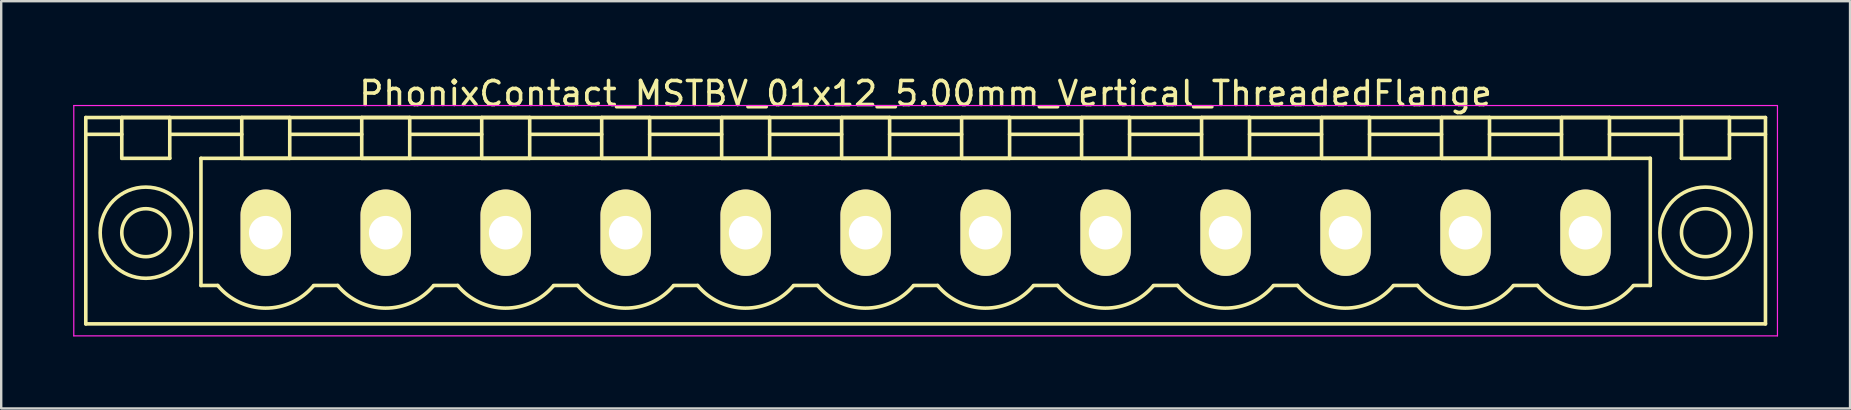
<source format=kicad_pcb>
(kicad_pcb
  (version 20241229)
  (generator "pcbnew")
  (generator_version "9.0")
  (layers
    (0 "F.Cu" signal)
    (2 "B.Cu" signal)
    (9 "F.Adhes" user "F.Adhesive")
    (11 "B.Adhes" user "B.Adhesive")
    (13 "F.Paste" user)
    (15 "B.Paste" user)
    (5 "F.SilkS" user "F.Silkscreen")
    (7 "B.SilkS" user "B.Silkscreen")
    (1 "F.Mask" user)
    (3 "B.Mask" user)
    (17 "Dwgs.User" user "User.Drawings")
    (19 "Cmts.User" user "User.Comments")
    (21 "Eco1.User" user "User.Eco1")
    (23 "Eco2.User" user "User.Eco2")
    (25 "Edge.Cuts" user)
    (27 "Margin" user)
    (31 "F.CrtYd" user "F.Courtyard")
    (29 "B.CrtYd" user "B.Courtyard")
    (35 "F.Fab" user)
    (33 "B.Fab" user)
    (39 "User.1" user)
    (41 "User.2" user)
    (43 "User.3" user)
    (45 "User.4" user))
  (footprint "PhonixContact_MSTBV_01x12_5.00mm_Vertical_ThreadedFlange"
    (layer "F.Cu")
    (at 8.025 6.648)
    (property "Reference" "PhonixContact_MSTBV_01x12_5.00mm_Vertical_ThreadedFlange" (at 27.5 -5.8 0) (layer "F.SilkS") (effects (font (size 1 1) (thickness 0.15))))
    (attr through_hole)
    (fp_line (start -7.5 -4.8) (end -7.5 3.8) (stroke (width 0.15) (type solid)) (layer "F.SilkS"))
    (fp_line (start -7.5 -4.1) (end -6 -4.1) (stroke (width 0.15) (type solid)) (layer "F.SilkS"))
    (fp_line (start -7.5 3.8) (end 62.5 3.8) (stroke (width 0.15) (type solid)) (layer "F.SilkS"))
    (fp_line (start -6 -4.8) (end -4 -4.8) (stroke (width 0.15) (type solid)) (layer "F.SilkS"))
    (fp_line (start -6 -3.1) (end -6 -4.8) (stroke (width 0.15) (type solid)) (layer "F.SilkS"))
    (fp_line (start -4 -4.8) (end -4 -3.1) (stroke (width 0.15) (type solid)) (layer "F.SilkS"))
    (fp_line (start -4 -4.1) (end -1 -4.1) (stroke (width 0.15) (type solid)) (layer "F.SilkS"))
    (fp_line (start -4 -3.1) (end -6 -3.1) (stroke (width 0.15) (type solid)) (layer "F.SilkS"))
    (fp_line (start -2.7 -3.1) (end 57.7 -3.1) (stroke (width 0.15) (type solid)) (layer "F.SilkS"))
    (fp_line (start -2.7 2.2) (end -2.7 -3.1) (stroke (width 0.15) (type solid)) (layer "F.SilkS"))
    (fp_line (start -2 2.2) (end -2.7 2.2) (stroke (width 0.15) (type solid)) (layer "F.SilkS"))
    (fp_line (start -1 -4.8) (end 1 -4.8) (stroke (width 0.15) (type solid)) (layer "F.SilkS"))
    (fp_line (start -1 -3.1) (end -1 -4.8) (stroke (width 0.15) (type solid)) (layer "F.SilkS"))
    (fp_line (start 1 -4.8) (end 1 -3.1) (stroke (width 0.15) (type solid)) (layer "F.SilkS"))
    (fp_line (start 1 -4.1) (end 4 -4.1) (stroke (width 0.15) (type solid)) (layer "F.SilkS"))
    (fp_line (start 1 -3.1) (end -1 -3.1) (stroke (width 0.15) (type solid)) (layer "F.SilkS"))
    (fp_line (start 2 2.2) (end 3 2.2) (stroke (width 0.15) (type solid)) (layer "F.SilkS"))
    (fp_line (start 4 -4.8) (end 6 -4.8) (stroke (width 0.15) (type solid)) (layer "F.SilkS"))
    (fp_line (start 4 -3.1) (end 4 -4.8) (stroke (width 0.15) (type solid)) (layer "F.SilkS"))
    (fp_line (start 6 -4.8) (end 6 -3.1) (stroke (width 0.15) (type solid)) (layer "F.SilkS"))
    (fp_line (start 6 -4.1) (end 9 -4.1) (stroke (width 0.15) (type solid)) (layer "F.SilkS"))
    (fp_line (start 6 -3.1) (end 4 -3.1) (stroke (width 0.15) (type solid)) (layer "F.SilkS"))
    (fp_line (start 7 2.2) (end 8 2.2) (stroke (width 0.15) (type solid)) (layer "F.SilkS"))
    (fp_line (start 9 -4.8) (end 11 -4.8) (stroke (width 0.15) (type solid)) (layer "F.SilkS"))
    (fp_line (start 9 -3.1) (end 9 -4.8) (stroke (width 0.15) (type solid)) (layer "F.SilkS"))
    (fp_line (start 11 -4.8) (end 11 -3.1) (stroke (width 0.15) (type solid)) (layer "F.SilkS"))
    (fp_line (start 11 -4.1) (end 14 -4.1) (stroke (width 0.15) (type solid)) (layer "F.SilkS"))
    (fp_line (start 11 -3.1) (end 9 -3.1) (stroke (width 0.15) (type solid)) (layer "F.SilkS"))
    (fp_line (start 12 2.2) (end 13 2.2) (stroke (width 0.15) (type solid)) (layer "F.SilkS"))
    (fp_line (start 14 -4.8) (end 16 -4.8) (stroke (width 0.15) (type solid)) (layer "F.SilkS"))
    (fp_line (start 14 -3.1) (end 14 -4.8) (stroke (width 0.15) (type solid)) (layer "F.SilkS"))
    (fp_line (start 16 -4.8) (end 16 -3.1) (stroke (width 0.15) (type solid)) (layer "F.SilkS"))
    (fp_line (start 16 -4.1) (end 19 -4.1) (stroke (width 0.15) (type solid)) (layer "F.SilkS"))
    (fp_line (start 16 -3.1) (end 14 -3.1) (stroke (width 0.15) (type solid)) (layer "F.SilkS"))
    (fp_line (start 17 2.2) (end 18 2.2) (stroke (width 0.15) (type solid)) (layer "F.SilkS"))
    (fp_line (start 19 -4.8) (end 21 -4.8) (stroke (width 0.15) (type solid)) (layer "F.SilkS"))
    (fp_line (start 19 -3.1) (end 19 -4.8) (stroke (width 0.15) (type solid)) (layer "F.SilkS"))
    (fp_line (start 21 -4.8) (end 21 -3.1) (stroke (width 0.15) (type solid)) (layer "F.SilkS"))
    (fp_line (start 21 -4.1) (end 24 -4.1) (stroke (width 0.15) (type solid)) (layer "F.SilkS"))
    (fp_line (start 21 -3.1) (end 19 -3.1) (stroke (width 0.15) (type solid)) (layer "F.SilkS"))
    (fp_line (start 22 2.2) (end 23 2.2) (stroke (width 0.15) (type solid)) (layer "F.SilkS"))
    (fp_line (start 24 -4.8) (end 26 -4.8) (stroke (width 0.15) (type solid)) (layer "F.SilkS"))
    (fp_line (start 24 -3.1) (end 24 -4.8) (stroke (width 0.15) (type solid)) (layer "F.SilkS"))
    (fp_line (start 26 -4.8) (end 26 -3.1) (stroke (width 0.15) (type solid)) (layer "F.SilkS"))
    (fp_line (start 26 -4.1) (end 29 -4.1) (stroke (width 0.15) (type solid)) (layer "F.SilkS"))
    (fp_line (start 26 -3.1) (end 24 -3.1) (stroke (width 0.15) (type solid)) (layer "F.SilkS"))
    (fp_line (start 27 2.2) (end 28 2.2) (stroke (width 0.15) (type solid)) (layer "F.SilkS"))
    (fp_line (start 29 -4.8) (end 31 -4.8) (stroke (width 0.15) (type solid)) (layer "F.SilkS"))
    (fp_line (start 29 -3.1) (end 29 -4.8) (stroke (width 0.15) (type solid)) (layer "F.SilkS"))
    (fp_line (start 31 -4.8) (end 31 -3.1) (stroke (width 0.15) (type solid)) (layer "F.SilkS"))
    (fp_line (start 31 -4.1) (end 34 -4.1) (stroke (width 0.15) (type solid)) (layer "F.SilkS"))
    (fp_line (start 31 -3.1) (end 29 -3.1) (stroke (width 0.15) (type solid)) (layer "F.SilkS"))
    (fp_line (start 32 2.2) (end 33 2.2) (stroke (width 0.15) (type solid)) (layer "F.SilkS"))
    (fp_line (start 34 -4.8) (end 36 -4.8) (stroke (width 0.15) (type solid)) (layer "F.SilkS"))
    (fp_line (start 34 -3.1) (end 34 -4.8) (stroke (width 0.15) (type solid)) (layer "F.SilkS"))
    (fp_line (start 36 -4.8) (end 36 -3.1) (stroke (width 0.15) (type solid)) (layer "F.SilkS"))
    (fp_line (start 36 -4.1) (end 39 -4.1) (stroke (width 0.15) (type solid)) (layer "F.SilkS"))
    (fp_line (start 36 -3.1) (end 34 -3.1) (stroke (width 0.15) (type solid)) (layer "F.SilkS"))
    (fp_line (start 37 2.2) (end 38 2.2) (stroke (width 0.15) (type solid)) (layer "F.SilkS"))
    (fp_line (start 39 -4.8) (end 41 -4.8) (stroke (width 0.15) (type solid)) (layer "F.SilkS"))
    (fp_line (start 39 -3.1) (end 39 -4.8) (stroke (width 0.15) (type solid)) (layer "F.SilkS"))
    (fp_line (start 41 -4.8) (end 41 -3.1) (stroke (width 0.15) (type solid)) (layer "F.SilkS"))
    (fp_line (start 41 -4.1) (end 44 -4.1) (stroke (width 0.15) (type solid)) (layer "F.SilkS"))
    (fp_line (start 41 -3.1) (end 39 -3.1) (stroke (width 0.15) (type solid)) (layer "F.SilkS"))
    (fp_line (start 42 2.2) (end 43 2.2) (stroke (width 0.15) (type solid)) (layer "F.SilkS"))
    (fp_line (start 44 -4.8) (end 46 -4.8) (stroke (width 0.15) (type solid)) (layer "F.SilkS"))
    (fp_line (start 44 -3.1) (end 44 -4.8) (stroke (width 0.15) (type solid)) (layer "F.SilkS"))
    (fp_line (start 46 -4.8) (end 46 -3.1) (stroke (width 0.15) (type solid)) (layer "F.SilkS"))
    (fp_line (start 46 -4.1) (end 49 -4.1) (stroke (width 0.15) (type solid)) (layer "F.SilkS"))
    (fp_line (start 46 -3.1) (end 44 -3.1) (stroke (width 0.15) (type solid)) (layer "F.SilkS"))
    (fp_line (start 47 2.2) (end 48 2.2) (stroke (width 0.15) (type solid)) (layer "F.SilkS"))
    (fp_line (start 49 -4.8) (end 51 -4.8) (stroke (width 0.15) (type solid)) (layer "F.SilkS"))
    (fp_line (start 49 -3.1) (end 49 -4.8) (stroke (width 0.15) (type solid)) (layer "F.SilkS"))
    (fp_line (start 51 -4.8) (end 51 -3.1) (stroke (width 0.15) (type solid)) (layer "F.SilkS"))
    (fp_line (start 51 -4.1) (end 54 -4.1) (stroke (width 0.15) (type solid)) (layer "F.SilkS"))
    (fp_line (start 51 -3.1) (end 49 -3.1) (stroke (width 0.15) (type solid)) (layer "F.SilkS"))
    (fp_line (start 52 2.2) (end 53 2.2) (stroke (width 0.15) (type solid)) (layer "F.SilkS"))
    (fp_line (start 54 -4.8) (end 56 -4.8) (stroke (width 0.15) (type solid)) (layer "F.SilkS"))
    (fp_line (start 54 -3.1) (end 54 -4.8) (stroke (width 0.15) (type solid)) (layer "F.SilkS"))
    (fp_line (start 56 -4.8) (end 56 -3.1) (stroke (width 0.15) (type solid)) (layer "F.SilkS"))
    (fp_line (start 56 -4.1) (end 59 -4.1) (stroke (width 0.15) (type solid)) (layer "F.SilkS"))
    (fp_line (start 56 -3.1) (end 54 -3.1) (stroke (width 0.15) (type solid)) (layer "F.SilkS"))
    (fp_line (start 57.7 -3.1) (end 57.7 2.2) (stroke (width 0.15) (type solid)) (layer "F.SilkS"))
    (fp_line (start 57.7 2.2) (end 57 2.2) (stroke (width 0.15) (type solid)) (layer "F.SilkS"))
    (fp_line (start 59 -4.8) (end 61 -4.8) (stroke (width 0.15) (type solid)) (layer "F.SilkS"))
    (fp_line (start 59 -3.1) (end 59 -4.8) (stroke (width 0.15) (type solid)) (layer "F.SilkS"))
    (fp_line (start 61 -4.8) (end 61 -3.1) (stroke (width 0.15) (type solid)) (layer "F.SilkS"))
    (fp_line (start 61 -3.1) (end 59 -3.1) (stroke (width 0.15) (type solid)) (layer "F.SilkS"))
    (fp_line (start 62.5 -4.8) (end -7.5 -4.8) (stroke (width 0.15) (type solid)) (layer "F.SilkS"))
    (fp_line (start 62.5 -4.1) (end 61 -4.1) (stroke (width 0.15) (type solid)) (layer "F.SilkS"))
    (fp_line (start 62.5 3.8) (end 62.5 -4.8) (stroke (width 0.15) (type solid)) (layer "F.SilkS"))
    (fp_arc (start 1.986842 2.215821) (mid -0.010289 3.142758) (end -2 2.2) (stroke (width 0.15) (type solid)) (layer "F.SilkS"))
    (fp_arc (start 6.986842 2.215821) (mid 4.989711 3.142758) (end 3 2.2) (stroke (width 0.15) (type solid)) (layer "F.SilkS"))
    (fp_arc (start 11.986842 2.215821) (mid 9.989711 3.142758) (end 8 2.2) (stroke (width 0.15) (type solid)) (layer "F.SilkS"))
    (fp_arc (start 16.986842 2.215821) (mid 14.989711 3.142758) (end 13 2.2) (stroke (width 0.15) (type solid)) (layer "F.SilkS"))
    (fp_arc (start 21.986842 2.215821) (mid 19.989711 3.142758) (end 18 2.2) (stroke (width 0.15) (type solid)) (layer "F.SilkS"))
    (fp_arc (start 26.986842 2.215821) (mid 24.989711 3.142758) (end 23 2.2) (stroke (width 0.15) (type solid)) (layer "F.SilkS"))
    (fp_arc (start 31.986842 2.215821) (mid 29.989711 3.142758) (end 28 2.2) (stroke (width 0.15) (type solid)) (layer "F.SilkS"))
    (fp_arc (start 36.986842 2.215821) (mid 34.989711 3.142758) (end 33 2.2) (stroke (width 0.15) (type solid)) (layer "F.SilkS"))
    (fp_arc (start 41.986842 2.215821) (mid 39.989711 3.142758) (end 38 2.2) (stroke (width 0.15) (type solid)) (layer "F.SilkS"))
    (fp_arc (start 46.986842 2.215821) (mid 44.989711 3.142758) (end 43 2.2) (stroke (width 0.15) (type solid)) (layer "F.SilkS"))
    (fp_arc (start 51.986842 2.215821) (mid 49.989711 3.142758) (end 48 2.2) (stroke (width 0.15) (type solid)) (layer "F.SilkS"))
    (fp_arc (start 56.986842 2.215821) (mid 54.989711 3.142758) (end 53 2.2) (stroke (width 0.15) (type solid)) (layer "F.SilkS"))
    (fp_circle (center -5 0) (end -4 0) (stroke (width 0.15) (type solid)) (fill no) (layer "F.SilkS"))
    (fp_circle (center -5 0) (end -3.1 0) (stroke (width 0.15) (type solid)) (fill no) (layer "F.SilkS"))
    (fp_circle (center 60 0) (end 61 0) (stroke (width 0.15) (type solid)) (fill no) (layer "F.SilkS"))
    (fp_circle (center 60 0) (end 61.9 0) (stroke (width 0.15) (type solid)) (fill no) (layer "F.SilkS"))
    (fp_line (start -8 -5.3) (end -8 4.3) (stroke (width 0.05) (type solid)) (layer "F.CrtYd"))
    (fp_line (start -8 4.3) (end 63 4.3) (stroke (width 0.05) (type solid)) (layer "F.CrtYd"))
    (fp_line (start 63 -5.3) (end -8 -5.3) (stroke (width 0.05) (type solid)) (layer "F.CrtYd"))
    (fp_line (start 63 4.3) (end 63 -5.3) (stroke (width 0.05) (type solid)) (layer "F.CrtYd"))
    (pad "1" thru_hole oval (at 0 0) (size 2.1 3.6) (drill 1.4) (layers "*.Cu" "*.Mask" "F.SilkS"))
    (pad "2" thru_hole oval (at 5 0) (size 2.1 3.6) (drill 1.4) (layers "*.Cu" "*.Mask" "F.SilkS"))
    (pad "3" thru_hole oval (at 10 0) (size 2.1 3.6) (drill 1.4) (layers "*.Cu" "*.Mask" "F.SilkS"))
    (pad "4" thru_hole oval (at 15 0) (size 2.1 3.6) (drill 1.4) (layers "*.Cu" "*.Mask" "F.SilkS"))
    (pad "5" thru_hole oval (at 20 0) (size 2.1 3.6) (drill 1.4) (layers "*.Cu" "*.Mask" "F.SilkS"))
    (pad "6" thru_hole oval (at 25 0) (size 2.1 3.6) (drill 1.4) (layers "*.Cu" "*.Mask" "F.SilkS"))
    (pad "7" thru_hole oval (at 30 0) (size 2.1 3.6) (drill 1.4) (layers "*.Cu" "*.Mask" "F.SilkS"))
    (pad "8" thru_hole oval (at 35 0) (size 2.1 3.6) (drill 1.4) (layers "*.Cu" "*.Mask" "F.SilkS"))
    (pad "9" thru_hole oval (at 40 0) (size 2.1 3.6) (drill 1.4) (layers "*.Cu" "*.Mask" "F.SilkS"))
    (pad "10" thru_hole oval (at 45 0) (size 2.1 3.6) (drill 1.4) (layers "*.Cu" "*.Mask" "F.SilkS"))
    (pad "11" thru_hole oval (at 50 0) (size 2.1 3.6) (drill 1.4) (layers "*.Cu" "*.Mask" "F.SilkS"))
    (pad "12" thru_hole oval (at 55 0) (size 2.1 3.6) (drill 1.4) (layers "*.Cu" "*.Mask" "F.SilkS")))
  (gr_rect
    (start -3 -3)
    (end 74.05 13.973)
    (stroke (width 0.1) (type default))
    (fill no)
    (layer "Edge.Cuts")))
</source>
